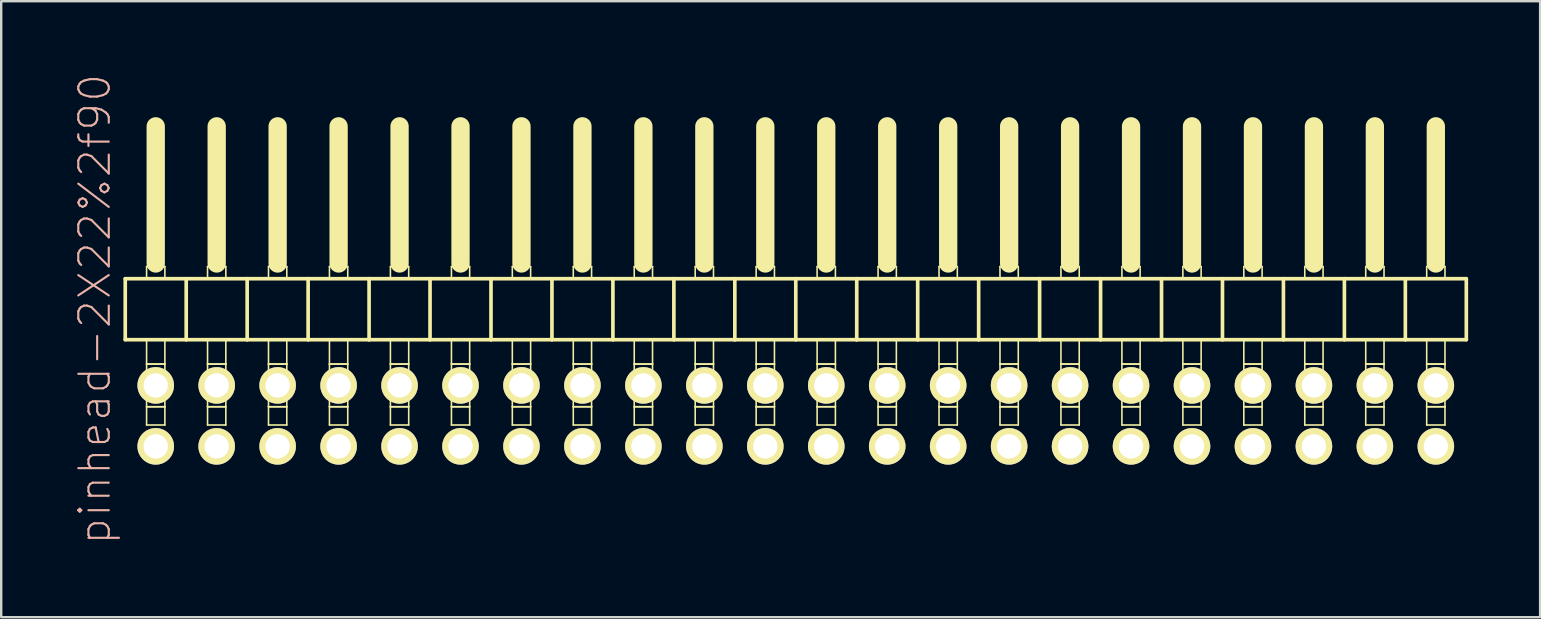
<source format=kicad_pcb>
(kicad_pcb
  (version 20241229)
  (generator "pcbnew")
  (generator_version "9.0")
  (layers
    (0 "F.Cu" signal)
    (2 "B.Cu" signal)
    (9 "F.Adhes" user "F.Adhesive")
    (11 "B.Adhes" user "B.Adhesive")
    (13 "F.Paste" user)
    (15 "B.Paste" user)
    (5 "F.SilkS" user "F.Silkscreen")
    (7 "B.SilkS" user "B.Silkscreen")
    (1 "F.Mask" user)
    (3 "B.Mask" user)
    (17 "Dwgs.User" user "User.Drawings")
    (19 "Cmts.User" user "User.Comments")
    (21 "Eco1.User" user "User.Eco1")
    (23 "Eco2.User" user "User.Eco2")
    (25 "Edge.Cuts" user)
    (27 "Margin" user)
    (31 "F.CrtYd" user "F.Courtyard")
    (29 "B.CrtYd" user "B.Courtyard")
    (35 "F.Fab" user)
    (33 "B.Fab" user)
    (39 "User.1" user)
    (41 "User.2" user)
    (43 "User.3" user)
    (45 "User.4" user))
  (footprint "pinhead-2X22%2f90"
    (layer "F.Cu")
    (at 30.109 9.199)
    (property "Reference" "pinhead-2X22%2f90" (at -29.21 0.635 90) (layer "B.SilkS") (effects (font (size 1.27 1.27) (thickness 0.089))))
    (attr exclude_from_pos_files exclude_from_bom)
    (fp_line (start -27.94 -0.635) (end -27.94 1.905) (stroke (width 0.152) (type solid)) (layer "F.SilkS"))
    (fp_line (start -27.94 1.905) (end -25.4 1.905) (stroke (width 0.152) (type solid)) (layer "F.SilkS"))
    (fp_line (start -27.051 -1.143) (end -26.289 -1.143) (stroke (width 0.066) (type solid)) (layer "F.SilkS"))
    (fp_line (start -27.051 -0.635) (end -27.051 -1.143) (stroke (width 0.066) (type solid)) (layer "F.SilkS"))
    (fp_line (start -27.051 -0.635) (end -26.289 -0.635) (stroke (width 0.066) (type solid)) (layer "F.SilkS"))
    (fp_line (start -27.051 1.905) (end -26.289 1.905) (stroke (width 0.066) (type solid)) (layer "F.SilkS"))
    (fp_line (start -27.051 2.921) (end -27.051 1.905) (stroke (width 0.066) (type solid)) (layer "F.SilkS"))
    (fp_line (start -27.051 2.921) (end -26.289 2.921) (stroke (width 0.066) (type solid)) (layer "F.SilkS"))
    (fp_line (start -27.051 2.921) (end -26.289 2.921) (stroke (width 0.066) (type solid)) (layer "F.SilkS"))
    (fp_line (start -27.051 4.699) (end -27.051 2.921) (stroke (width 0.066) (type solid)) (layer "F.SilkS"))
    (fp_line (start -27.051 4.699) (end -26.289 4.699) (stroke (width 0.066) (type solid)) (layer "F.SilkS"))
    (fp_line (start -27.051 4.699) (end -26.289 4.699) (stroke (width 0.066) (type solid)) (layer "F.SilkS"))
    (fp_line (start -27.051 5.461) (end -27.051 4.699) (stroke (width 0.066) (type solid)) (layer "F.SilkS"))
    (fp_line (start -27.051 5.461) (end -26.289 5.461) (stroke (width 0.066) (type solid)) (layer "F.SilkS"))
    (fp_line (start -26.67 -6.985) (end -26.67 -1.27) (stroke (width 0.762) (type solid)) (layer "F.SilkS"))
    (fp_line (start -26.289 -0.635) (end -26.289 -1.143) (stroke (width 0.066) (type solid)) (layer "F.SilkS"))
    (fp_line (start -26.289 2.921) (end -26.289 1.905) (stroke (width 0.066) (type solid)) (layer "F.SilkS"))
    (fp_line (start -26.289 4.699) (end -26.289 2.921) (stroke (width 0.066) (type solid)) (layer "F.SilkS"))
    (fp_line (start -26.289 5.461) (end -26.289 4.699) (stroke (width 0.066) (type solid)) (layer "F.SilkS"))
    (fp_line (start -25.4 -0.635) (end -27.94 -0.635) (stroke (width 0.152) (type solid)) (layer "F.SilkS"))
    (fp_line (start -25.4 1.905) (end -25.4 -0.635) (stroke (width 0.152) (type solid)) (layer "F.SilkS"))
    (fp_line (start -25.4 1.905) (end -22.86 1.905) (stroke (width 0.152) (type solid)) (layer "F.SilkS"))
    (fp_line (start -24.511 -1.143) (end -23.749 -1.143) (stroke (width 0.066) (type solid)) (layer "F.SilkS"))
    (fp_line (start -24.511 -0.635) (end -24.511 -1.143) (stroke (width 0.066) (type solid)) (layer "F.SilkS"))
    (fp_line (start -24.511 -0.635) (end -23.749 -0.635) (stroke (width 0.066) (type solid)) (layer "F.SilkS"))
    (fp_line (start -24.511 1.905) (end -23.749 1.905) (stroke (width 0.066) (type solid)) (layer "F.SilkS"))
    (fp_line (start -24.511 2.921) (end -24.511 1.905) (stroke (width 0.066) (type solid)) (layer "F.SilkS"))
    (fp_line (start -24.511 2.921) (end -23.749 2.921) (stroke (width 0.066) (type solid)) (layer "F.SilkS"))
    (fp_line (start -24.511 2.921) (end -23.749 2.921) (stroke (width 0.066) (type solid)) (layer "F.SilkS"))
    (fp_line (start -24.511 4.699) (end -24.511 2.921) (stroke (width 0.066) (type solid)) (layer "F.SilkS"))
    (fp_line (start -24.511 4.699) (end -23.749 4.699) (stroke (width 0.066) (type solid)) (layer "F.SilkS"))
    (fp_line (start -24.511 4.699) (end -23.749 4.699) (stroke (width 0.066) (type solid)) (layer "F.SilkS"))
    (fp_line (start -24.511 5.461) (end -24.511 4.699) (stroke (width 0.066) (type solid)) (layer "F.SilkS"))
    (fp_line (start -24.511 5.461) (end -23.749 5.461) (stroke (width 0.066) (type solid)) (layer "F.SilkS"))
    (fp_line (start -24.13 -6.985) (end -24.13 -1.27) (stroke (width 0.762) (type solid)) (layer "F.SilkS"))
    (fp_line (start -23.749 -0.635) (end -23.749 -1.143) (stroke (width 0.066) (type solid)) (layer "F.SilkS"))
    (fp_line (start -23.749 2.921) (end -23.749 1.905) (stroke (width 0.066) (type solid)) (layer "F.SilkS"))
    (fp_line (start -23.749 4.699) (end -23.749 2.921) (stroke (width 0.066) (type solid)) (layer "F.SilkS"))
    (fp_line (start -23.749 5.461) (end -23.749 4.699) (stroke (width 0.066) (type solid)) (layer "F.SilkS"))
    (fp_line (start -22.86 -0.635) (end -25.4 -0.635) (stroke (width 0.152) (type solid)) (layer "F.SilkS"))
    (fp_line (start -22.86 1.905) (end -22.86 -0.635) (stroke (width 0.152) (type solid)) (layer "F.SilkS"))
    (fp_line (start -22.86 1.905) (end -20.32 1.905) (stroke (width 0.152) (type solid)) (layer "F.SilkS"))
    (fp_line (start -21.971 -1.143) (end -21.209 -1.143) (stroke (width 0.066) (type solid)) (layer "F.SilkS"))
    (fp_line (start -21.971 -0.635) (end -21.971 -1.143) (stroke (width 0.066) (type solid)) (layer "F.SilkS"))
    (fp_line (start -21.971 -0.635) (end -21.209 -0.635) (stroke (width 0.066) (type solid)) (layer "F.SilkS"))
    (fp_line (start -21.971 1.905) (end -21.209 1.905) (stroke (width 0.066) (type solid)) (layer "F.SilkS"))
    (fp_line (start -21.971 2.921) (end -21.971 1.905) (stroke (width 0.066) (type solid)) (layer "F.SilkS"))
    (fp_line (start -21.971 2.921) (end -21.209 2.921) (stroke (width 0.066) (type solid)) (layer "F.SilkS"))
    (fp_line (start -21.971 2.921) (end -21.209 2.921) (stroke (width 0.066) (type solid)) (layer "F.SilkS"))
    (fp_line (start -21.971 4.699) (end -21.971 2.921) (stroke (width 0.066) (type solid)) (layer "F.SilkS"))
    (fp_line (start -21.971 4.699) (end -21.209 4.699) (stroke (width 0.066) (type solid)) (layer "F.SilkS"))
    (fp_line (start -21.971 4.699) (end -21.209 4.699) (stroke (width 0.066) (type solid)) (layer "F.SilkS"))
    (fp_line (start -21.971 5.461) (end -21.971 4.699) (stroke (width 0.066) (type solid)) (layer "F.SilkS"))
    (fp_line (start -21.971 5.461) (end -21.209 5.461) (stroke (width 0.066) (type solid)) (layer "F.SilkS"))
    (fp_line (start -21.59 -6.985) (end -21.59 -1.27) (stroke (width 0.762) (type solid)) (layer "F.SilkS"))
    (fp_line (start -21.209 -0.635) (end -21.209 -1.143) (stroke (width 0.066) (type solid)) (layer "F.SilkS"))
    (fp_line (start -21.209 2.921) (end -21.209 1.905) (stroke (width 0.066) (type solid)) (layer "F.SilkS"))
    (fp_line (start -21.209 4.699) (end -21.209 2.921) (stroke (width 0.066) (type solid)) (layer "F.SilkS"))
    (fp_line (start -21.209 5.461) (end -21.209 4.699) (stroke (width 0.066) (type solid)) (layer "F.SilkS"))
    (fp_line (start -20.32 -0.635) (end -22.86 -0.635) (stroke (width 0.152) (type solid)) (layer "F.SilkS"))
    (fp_line (start -20.32 1.905) (end -20.32 -0.635) (stroke (width 0.152) (type solid)) (layer "F.SilkS"))
    (fp_line (start -20.32 1.905) (end -17.78 1.905) (stroke (width 0.152) (type solid)) (layer "F.SilkS"))
    (fp_line (start -19.431 -1.143) (end -18.669 -1.143) (stroke (width 0.066) (type solid)) (layer "F.SilkS"))
    (fp_line (start -19.431 -0.635) (end -19.431 -1.143) (stroke (width 0.066) (type solid)) (layer "F.SilkS"))
    (fp_line (start -19.431 -0.635) (end -18.669 -0.635) (stroke (width 0.066) (type solid)) (layer "F.SilkS"))
    (fp_line (start -19.431 1.905) (end -18.669 1.905) (stroke (width 0.066) (type solid)) (layer "F.SilkS"))
    (fp_line (start -19.431 2.921) (end -19.431 1.905) (stroke (width 0.066) (type solid)) (layer "F.SilkS"))
    (fp_line (start -19.431 2.921) (end -18.669 2.921) (stroke (width 0.066) (type solid)) (layer "F.SilkS"))
    (fp_line (start -19.431 2.921) (end -18.669 2.921) (stroke (width 0.066) (type solid)) (layer "F.SilkS"))
    (fp_line (start -19.431 4.699) (end -19.431 2.921) (stroke (width 0.066) (type solid)) (layer "F.SilkS"))
    (fp_line (start -19.431 4.699) (end -18.669 4.699) (stroke (width 0.066) (type solid)) (layer "F.SilkS"))
    (fp_line (start -19.431 4.699) (end -18.669 4.699) (stroke (width 0.066) (type solid)) (layer "F.SilkS"))
    (fp_line (start -19.431 5.461) (end -19.431 4.699) (stroke (width 0.066) (type solid)) (layer "F.SilkS"))
    (fp_line (start -19.431 5.461) (end -18.669 5.461) (stroke (width 0.066) (type solid)) (layer "F.SilkS"))
    (fp_line (start -19.05 -6.985) (end -19.05 -1.27) (stroke (width 0.762) (type solid)) (layer "F.SilkS"))
    (fp_line (start -18.669 -0.635) (end -18.669 -1.143) (stroke (width 0.066) (type solid)) (layer "F.SilkS"))
    (fp_line (start -18.669 2.921) (end -18.669 1.905) (stroke (width 0.066) (type solid)) (layer "F.SilkS"))
    (fp_line (start -18.669 4.699) (end -18.669 2.921) (stroke (width 0.066) (type solid)) (layer "F.SilkS"))
    (fp_line (start -18.669 5.461) (end -18.669 4.699) (stroke (width 0.066) (type solid)) (layer "F.SilkS"))
    (fp_line (start -17.78 -0.635) (end -20.32 -0.635) (stroke (width 0.152) (type solid)) (layer "F.SilkS"))
    (fp_line (start -17.78 1.905) (end -17.78 -0.635) (stroke (width 0.152) (type solid)) (layer "F.SilkS"))
    (fp_line (start -17.78 1.905) (end -15.24 1.905) (stroke (width 0.152) (type solid)) (layer "F.SilkS"))
    (fp_line (start -16.891 -1.143) (end -16.129 -1.143) (stroke (width 0.066) (type solid)) (layer "F.SilkS"))
    (fp_line (start -16.891 -0.635) (end -16.891 -1.143) (stroke (width 0.066) (type solid)) (layer "F.SilkS"))
    (fp_line (start -16.891 -0.635) (end -16.129 -0.635) (stroke (width 0.066) (type solid)) (layer "F.SilkS"))
    (fp_line (start -16.891 1.905) (end -16.129 1.905) (stroke (width 0.066) (type solid)) (layer "F.SilkS"))
    (fp_line (start -16.891 2.921) (end -16.891 1.905) (stroke (width 0.066) (type solid)) (layer "F.SilkS"))
    (fp_line (start -16.891 2.921) (end -16.129 2.921) (stroke (width 0.066) (type solid)) (layer "F.SilkS"))
    (fp_line (start -16.891 2.921) (end -16.129 2.921) (stroke (width 0.066) (type solid)) (layer "F.SilkS"))
    (fp_line (start -16.891 4.699) (end -16.891 2.921) (stroke (width 0.066) (type solid)) (layer "F.SilkS"))
    (fp_line (start -16.891 4.699) (end -16.129 4.699) (stroke (width 0.066) (type solid)) (layer "F.SilkS"))
    (fp_line (start -16.891 4.699) (end -16.129 4.699) (stroke (width 0.066) (type solid)) (layer "F.SilkS"))
    (fp_line (start -16.891 5.461) (end -16.891 4.699) (stroke (width 0.066) (type solid)) (layer "F.SilkS"))
    (fp_line (start -16.891 5.461) (end -16.129 5.461) (stroke (width 0.066) (type solid)) (layer "F.SilkS"))
    (fp_line (start -16.51 -6.985) (end -16.51 -1.27) (stroke (width 0.762) (type solid)) (layer "F.SilkS"))
    (fp_line (start -16.129 -0.635) (end -16.129 -1.143) (stroke (width 0.066) (type solid)) (layer "F.SilkS"))
    (fp_line (start -16.129 2.921) (end -16.129 1.905) (stroke (width 0.066) (type solid)) (layer "F.SilkS"))
    (fp_line (start -16.129 4.699) (end -16.129 2.921) (stroke (width 0.066) (type solid)) (layer "F.SilkS"))
    (fp_line (start -16.129 5.461) (end -16.129 4.699) (stroke (width 0.066) (type solid)) (layer "F.SilkS"))
    (fp_line (start -15.24 -0.635) (end -17.78 -0.635) (stroke (width 0.152) (type solid)) (layer "F.SilkS"))
    (fp_line (start -15.24 1.905) (end -15.24 -0.635) (stroke (width 0.152) (type solid)) (layer "F.SilkS"))
    (fp_line (start -15.24 1.905) (end -12.7 1.905) (stroke (width 0.152) (type solid)) (layer "F.SilkS"))
    (fp_line (start -14.348 -1.143) (end -13.589 -1.143) (stroke (width 0.066) (type solid)) (layer "F.SilkS"))
    (fp_line (start -14.348 -0.635) (end -14.348 -1.143) (stroke (width 0.066) (type solid)) (layer "F.SilkS"))
    (fp_line (start -14.348 -0.635) (end -13.589 -0.635) (stroke (width 0.066) (type solid)) (layer "F.SilkS"))
    (fp_line (start -14.348 1.905) (end -13.589 1.905) (stroke (width 0.066) (type solid)) (layer "F.SilkS"))
    (fp_line (start -14.348 2.921) (end -14.348 1.905) (stroke (width 0.066) (type solid)) (layer "F.SilkS"))
    (fp_line (start -14.348 2.921) (end -13.589 2.921) (stroke (width 0.066) (type solid)) (layer "F.SilkS"))
    (fp_line (start -14.348 2.921) (end -13.589 2.921) (stroke (width 0.066) (type solid)) (layer "F.SilkS"))
    (fp_line (start -14.348 4.699) (end -14.348 2.921) (stroke (width 0.066) (type solid)) (layer "F.SilkS"))
    (fp_line (start -14.348 4.699) (end -13.589 4.699) (stroke (width 0.066) (type solid)) (layer "F.SilkS"))
    (fp_line (start -14.348 4.699) (end -13.589 4.699) (stroke (width 0.066) (type solid)) (layer "F.SilkS"))
    (fp_line (start -14.348 5.461) (end -14.348 4.699) (stroke (width 0.066) (type solid)) (layer "F.SilkS"))
    (fp_line (start -14.348 5.461) (end -13.589 5.461) (stroke (width 0.066) (type solid)) (layer "F.SilkS"))
    (fp_line (start -13.97 -6.985) (end -13.97 -1.27) (stroke (width 0.762) (type solid)) (layer "F.SilkS"))
    (fp_line (start -13.589 -0.635) (end -13.589 -1.143) (stroke (width 0.066) (type solid)) (layer "F.SilkS"))
    (fp_line (start -13.589 2.921) (end -13.589 1.905) (stroke (width 0.066) (type solid)) (layer "F.SilkS"))
    (fp_line (start -13.589 4.699) (end -13.589 2.921) (stroke (width 0.066) (type solid)) (layer "F.SilkS"))
    (fp_line (start -13.589 5.461) (end -13.589 4.699) (stroke (width 0.066) (type solid)) (layer "F.SilkS"))
    (fp_line (start -12.7 -0.635) (end -15.24 -0.635) (stroke (width 0.152) (type solid)) (layer "F.SilkS"))
    (fp_line (start -12.7 1.905) (end -12.7 -0.635) (stroke (width 0.152) (type solid)) (layer "F.SilkS"))
    (fp_line (start -12.7 1.905) (end -10.16 1.905) (stroke (width 0.152) (type solid)) (layer "F.SilkS"))
    (fp_line (start -11.811 -1.143) (end -11.049 -1.143) (stroke (width 0.066) (type solid)) (layer "F.SilkS"))
    (fp_line (start -11.811 -0.635) (end -11.811 -1.143) (stroke (width 0.066) (type solid)) (layer "F.SilkS"))
    (fp_line (start -11.811 -0.635) (end -11.049 -0.635) (stroke (width 0.066) (type solid)) (layer "F.SilkS"))
    (fp_line (start -11.811 1.905) (end -11.049 1.905) (stroke (width 0.066) (type solid)) (layer "F.SilkS"))
    (fp_line (start -11.811 2.921) (end -11.811 1.905) (stroke (width 0.066) (type solid)) (layer "F.SilkS"))
    (fp_line (start -11.811 2.921) (end -11.049 2.921) (stroke (width 0.066) (type solid)) (layer "F.SilkS"))
    (fp_line (start -11.811 2.921) (end -11.049 2.921) (stroke (width 0.066) (type solid)) (layer "F.SilkS"))
    (fp_line (start -11.811 4.699) (end -11.811 2.921) (stroke (width 0.066) (type solid)) (layer "F.SilkS"))
    (fp_line (start -11.811 4.699) (end -11.049 4.699) (stroke (width 0.066) (type solid)) (layer "F.SilkS"))
    (fp_line (start -11.811 4.699) (end -11.049 4.699) (stroke (width 0.066) (type solid)) (layer "F.SilkS"))
    (fp_line (start -11.811 5.461) (end -11.811 4.699) (stroke (width 0.066) (type solid)) (layer "F.SilkS"))
    (fp_line (start -11.811 5.461) (end -11.049 5.461) (stroke (width 0.066) (type solid)) (layer "F.SilkS"))
    (fp_line (start -11.43 -6.985) (end -11.43 -1.27) (stroke (width 0.762) (type solid)) (layer "F.SilkS"))
    (fp_line (start -11.049 -0.635) (end -11.049 -1.143) (stroke (width 0.066) (type solid)) (layer "F.SilkS"))
    (fp_line (start -11.049 2.921) (end -11.049 1.905) (stroke (width 0.066) (type solid)) (layer "F.SilkS"))
    (fp_line (start -11.049 4.699) (end -11.049 2.921) (stroke (width 0.066) (type solid)) (layer "F.SilkS"))
    (fp_line (start -11.049 5.461) (end -11.049 4.699) (stroke (width 0.066) (type solid)) (layer "F.SilkS"))
    (fp_line (start -10.16 -0.635) (end -12.7 -0.635) (stroke (width 0.152) (type solid)) (layer "F.SilkS"))
    (fp_line (start -10.16 1.905) (end -10.16 -0.635) (stroke (width 0.152) (type solid)) (layer "F.SilkS"))
    (fp_line (start -10.16 1.905) (end -7.62 1.905) (stroke (width 0.152) (type solid)) (layer "F.SilkS"))
    (fp_line (start -9.271 -1.143) (end -8.509 -1.143) (stroke (width 0.066) (type solid)) (layer "F.SilkS"))
    (fp_line (start -9.271 -0.635) (end -9.271 -1.143) (stroke (width 0.066) (type solid)) (layer "F.SilkS"))
    (fp_line (start -9.271 -0.635) (end -8.509 -0.635) (stroke (width 0.066) (type solid)) (layer "F.SilkS"))
    (fp_line (start -9.271 1.905) (end -8.509 1.905) (stroke (width 0.066) (type solid)) (layer "F.SilkS"))
    (fp_line (start -9.271 2.921) (end -9.271 1.905) (stroke (width 0.066) (type solid)) (layer "F.SilkS"))
    (fp_line (start -9.271 2.921) (end -8.509 2.921) (stroke (width 0.066) (type solid)) (layer "F.SilkS"))
    (fp_line (start -9.271 2.921) (end -8.509 2.921) (stroke (width 0.066) (type solid)) (layer "F.SilkS"))
    (fp_line (start -9.271 4.699) (end -9.271 2.921) (stroke (width 0.066) (type solid)) (layer "F.SilkS"))
    (fp_line (start -9.271 4.699) (end -8.509 4.699) (stroke (width 0.066) (type solid)) (layer "F.SilkS"))
    (fp_line (start -9.271 4.699) (end -8.509 4.699) (stroke (width 0.066) (type solid)) (layer "F.SilkS"))
    (fp_line (start -9.271 5.461) (end -9.271 4.699) (stroke (width 0.066) (type solid)) (layer "F.SilkS"))
    (fp_line (start -9.271 5.461) (end -8.509 5.461) (stroke (width 0.066) (type solid)) (layer "F.SilkS"))
    (fp_line (start -8.89 -6.985) (end -8.89 -1.27) (stroke (width 0.762) (type solid)) (layer "F.SilkS"))
    (fp_line (start -8.509 -0.635) (end -8.509 -1.143) (stroke (width 0.066) (type solid)) (layer "F.SilkS"))
    (fp_line (start -8.509 2.921) (end -8.509 1.905) (stroke (width 0.066) (type solid)) (layer "F.SilkS"))
    (fp_line (start -8.509 4.699) (end -8.509 2.921) (stroke (width 0.066) (type solid)) (layer "F.SilkS"))
    (fp_line (start -8.509 5.461) (end -8.509 4.699) (stroke (width 0.066) (type solid)) (layer "F.SilkS"))
    (fp_line (start -7.62 -0.635) (end -10.16 -0.635) (stroke (width 0.152) (type solid)) (layer "F.SilkS"))
    (fp_line (start -7.62 1.905) (end -7.62 -0.635) (stroke (width 0.152) (type solid)) (layer "F.SilkS"))
    (fp_line (start -7.62 1.905) (end -5.08 1.905) (stroke (width 0.152) (type solid)) (layer "F.SilkS"))
    (fp_line (start -6.731 -1.143) (end -5.969 -1.143) (stroke (width 0.066) (type solid)) (layer "F.SilkS"))
    (fp_line (start -6.731 -0.635) (end -6.731 -1.143) (stroke (width 0.066) (type solid)) (layer "F.SilkS"))
    (fp_line (start -6.731 -0.635) (end -5.969 -0.635) (stroke (width 0.066) (type solid)) (layer "F.SilkS"))
    (fp_line (start -6.731 1.905) (end -5.969 1.905) (stroke (width 0.066) (type solid)) (layer "F.SilkS"))
    (fp_line (start -6.731 2.921) (end -6.731 1.905) (stroke (width 0.066) (type solid)) (layer "F.SilkS"))
    (fp_line (start -6.731 2.921) (end -5.969 2.921) (stroke (width 0.066) (type solid)) (layer "F.SilkS"))
    (fp_line (start -6.731 2.921) (end -5.969 2.921) (stroke (width 0.066) (type solid)) (layer "F.SilkS"))
    (fp_line (start -6.731 4.699) (end -6.731 2.921) (stroke (width 0.066) (type solid)) (layer "F.SilkS"))
    (fp_line (start -6.731 4.699) (end -5.969 4.699) (stroke (width 0.066) (type solid)) (layer "F.SilkS"))
    (fp_line (start -6.731 4.699) (end -5.969 4.699) (stroke (width 0.066) (type solid)) (layer "F.SilkS"))
    (fp_line (start -6.731 5.461) (end -6.731 4.699) (stroke (width 0.066) (type solid)) (layer "F.SilkS"))
    (fp_line (start -6.731 5.461) (end -5.969 5.461) (stroke (width 0.066) (type solid)) (layer "F.SilkS"))
    (fp_line (start -6.35 -6.985) (end -6.35 -1.27) (stroke (width 0.762) (type solid)) (layer "F.SilkS"))
    (fp_line (start -5.969 -0.635) (end -5.969 -1.143) (stroke (width 0.066) (type solid)) (layer "F.SilkS"))
    (fp_line (start -5.969 2.921) (end -5.969 1.905) (stroke (width 0.066) (type solid)) (layer "F.SilkS"))
    (fp_line (start -5.969 4.699) (end -5.969 2.921) (stroke (width 0.066) (type solid)) (layer "F.SilkS"))
    (fp_line (start -5.969 5.461) (end -5.969 4.699) (stroke (width 0.066) (type solid)) (layer "F.SilkS"))
    (fp_line (start -5.08 -0.635) (end -7.62 -0.635) (stroke (width 0.152) (type solid)) (layer "F.SilkS"))
    (fp_line (start -5.08 1.905) (end -5.08 -0.635) (stroke (width 0.152) (type solid)) (layer "F.SilkS"))
    (fp_line (start -5.08 1.905) (end -2.54 1.905) (stroke (width 0.152) (type solid)) (layer "F.SilkS"))
    (fp_line (start -4.191 -1.143) (end -3.429 -1.143) (stroke (width 0.066) (type solid)) (layer "F.SilkS"))
    (fp_line (start -4.191 -0.635) (end -4.191 -1.143) (stroke (width 0.066) (type solid)) (layer "F.SilkS"))
    (fp_line (start -4.191 -0.635) (end -3.429 -0.635) (stroke (width 0.066) (type solid)) (layer "F.SilkS"))
    (fp_line (start -4.191 1.905) (end -3.429 1.905) (stroke (width 0.066) (type solid)) (layer "F.SilkS"))
    (fp_line (start -4.191 2.921) (end -4.191 1.905) (stroke (width 0.066) (type solid)) (layer "F.SilkS"))
    (fp_line (start -4.191 2.921) (end -3.429 2.921) (stroke (width 0.066) (type solid)) (layer "F.SilkS"))
    (fp_line (start -4.191 2.921) (end -3.429 2.921) (stroke (width 0.066) (type solid)) (layer "F.SilkS"))
    (fp_line (start -4.191 4.699) (end -4.191 2.921) (stroke (width 0.066) (type solid)) (layer "F.SilkS"))
    (fp_line (start -4.191 4.699) (end -3.429 4.699) (stroke (width 0.066) (type solid)) (layer "F.SilkS"))
    (fp_line (start -4.191 4.699) (end -3.429 4.699) (stroke (width 0.066) (type solid)) (layer "F.SilkS"))
    (fp_line (start -4.191 5.461) (end -4.191 4.699) (stroke (width 0.066) (type solid)) (layer "F.SilkS"))
    (fp_line (start -4.191 5.461) (end -3.429 5.461) (stroke (width 0.066) (type solid)) (layer "F.SilkS"))
    (fp_line (start -3.81 -6.985) (end -3.81 -1.27) (stroke (width 0.762) (type solid)) (layer "F.SilkS"))
    (fp_line (start -3.429 -0.635) (end -3.429 -1.143) (stroke (width 0.066) (type solid)) (layer "F.SilkS"))
    (fp_line (start -3.429 2.921) (end -3.429 1.905) (stroke (width 0.066) (type solid)) (layer "F.SilkS"))
    (fp_line (start -3.429 4.699) (end -3.429 2.921) (stroke (width 0.066) (type solid)) (layer "F.SilkS"))
    (fp_line (start -3.429 5.461) (end -3.429 4.699) (stroke (width 0.066) (type solid)) (layer "F.SilkS"))
    (fp_line (start -2.54 -0.635) (end -5.08 -0.635) (stroke (width 0.152) (type solid)) (layer "F.SilkS"))
    (fp_line (start -2.54 1.905) (end -2.54 -0.635) (stroke (width 0.152) (type solid)) (layer "F.SilkS"))
    (fp_line (start -2.54 1.905) (end 0 1.905) (stroke (width 0.152) (type solid)) (layer "F.SilkS"))
    (fp_line (start -1.651 -1.143) (end -0.889 -1.143) (stroke (width 0.066) (type solid)) (layer "F.SilkS"))
    (fp_line (start -1.651 -0.635) (end -1.651 -1.143) (stroke (width 0.066) (type solid)) (layer "F.SilkS"))
    (fp_line (start -1.651 -0.635) (end -0.889 -0.635) (stroke (width 0.066) (type solid)) (layer "F.SilkS"))
    (fp_line (start -1.651 1.905) (end -0.889 1.905) (stroke (width 0.066) (type solid)) (layer "F.SilkS"))
    (fp_line (start -1.651 2.921) (end -1.651 1.905) (stroke (width 0.066) (type solid)) (layer "F.SilkS"))
    (fp_line (start -1.651 2.921) (end -0.889 2.921) (stroke (width 0.066) (type solid)) (layer "F.SilkS"))
    (fp_line (start -1.651 2.921) (end -0.889 2.921) (stroke (width 0.066) (type solid)) (layer "F.SilkS"))
    (fp_line (start -1.651 4.699) (end -1.651 2.921) (stroke (width 0.066) (type solid)) (layer "F.SilkS"))
    (fp_line (start -1.651 4.699) (end -0.889 4.699) (stroke (width 0.066) (type solid)) (layer "F.SilkS"))
    (fp_line (start -1.651 4.699) (end -0.889 4.699) (stroke (width 0.066) (type solid)) (layer "F.SilkS"))
    (fp_line (start -1.651 5.461) (end -1.651 4.699) (stroke (width 0.066) (type solid)) (layer "F.SilkS"))
    (fp_line (start -1.651 5.461) (end -0.889 5.461) (stroke (width 0.066) (type solid)) (layer "F.SilkS"))
    (fp_line (start -1.27 -6.985) (end -1.27 -1.27) (stroke (width 0.762) (type solid)) (layer "F.SilkS"))
    (fp_line (start -0.889 -0.635) (end -0.889 -1.143) (stroke (width 0.066) (type solid)) (layer "F.SilkS"))
    (fp_line (start -0.889 2.921) (end -0.889 1.905) (stroke (width 0.066) (type solid)) (layer "F.SilkS"))
    (fp_line (start -0.889 4.699) (end -0.889 2.921) (stroke (width 0.066) (type solid)) (layer "F.SilkS"))
    (fp_line (start -0.889 5.461) (end -0.889 4.699) (stroke (width 0.066) (type solid)) (layer "F.SilkS"))
    (fp_line (start 0 -0.635) (end -2.54 -0.635) (stroke (width 0.152) (type solid)) (layer "F.SilkS"))
    (fp_line (start 0 1.905) (end 0 -0.635) (stroke (width 0.152) (type solid)) (layer "F.SilkS"))
    (fp_line (start 0 1.905) (end 2.54 1.905) (stroke (width 0.152) (type solid)) (layer "F.SilkS"))
    (fp_line (start 0.889 -1.143) (end 1.651 -1.143) (stroke (width 0.066) (type solid)) (layer "F.SilkS"))
    (fp_line (start 0.889 -0.635) (end 0.889 -1.143) (stroke (width 0.066) (type solid)) (layer "F.SilkS"))
    (fp_line (start 0.889 -0.635) (end 1.651 -0.635) (stroke (width 0.066) (type solid)) (layer "F.SilkS"))
    (fp_line (start 0.889 1.905) (end 1.651 1.905) (stroke (width 0.066) (type solid)) (layer "F.SilkS"))
    (fp_line (start 0.889 2.921) (end 0.889 1.905) (stroke (width 0.066) (type solid)) (layer "F.SilkS"))
    (fp_line (start 0.889 2.921) (end 1.651 2.921) (stroke (width 0.066) (type solid)) (layer "F.SilkS"))
    (fp_line (start 0.889 2.921) (end 1.651 2.921) (stroke (width 0.066) (type solid)) (layer "F.SilkS"))
    (fp_line (start 0.889 4.699) (end 0.889 2.921) (stroke (width 0.066) (type solid)) (layer "F.SilkS"))
    (fp_line (start 0.889 4.699) (end 1.651 4.699) (stroke (width 0.066) (type solid)) (layer "F.SilkS"))
    (fp_line (start 0.889 4.699) (end 1.651 4.699) (stroke (width 0.066) (type solid)) (layer "F.SilkS"))
    (fp_line (start 0.889 5.461) (end 0.889 4.699) (stroke (width 0.066) (type solid)) (layer "F.SilkS"))
    (fp_line (start 0.889 5.461) (end 1.651 5.461) (stroke (width 0.066) (type solid)) (layer "F.SilkS"))
    (fp_line (start 1.27 -6.985) (end 1.27 -1.27) (stroke (width 0.762) (type solid)) (layer "F.SilkS"))
    (fp_line (start 1.651 -0.635) (end 1.651 -1.143) (stroke (width 0.066) (type solid)) (layer "F.SilkS"))
    (fp_line (start 1.651 2.921) (end 1.651 1.905) (stroke (width 0.066) (type solid)) (layer "F.SilkS"))
    (fp_line (start 1.651 4.699) (end 1.651 2.921) (stroke (width 0.066) (type solid)) (layer "F.SilkS"))
    (fp_line (start 1.651 5.461) (end 1.651 4.699) (stroke (width 0.066) (type solid)) (layer "F.SilkS"))
    (fp_line (start 2.54 -0.635) (end 0 -0.635) (stroke (width 0.152) (type solid)) (layer "F.SilkS"))
    (fp_line (start 2.54 1.905) (end 2.54 -0.635) (stroke (width 0.152) (type solid)) (layer "F.SilkS"))
    (fp_line (start 2.54 1.905) (end 5.08 1.905) (stroke (width 0.152) (type solid)) (layer "F.SilkS"))
    (fp_line (start 3.429 -1.143) (end 4.191 -1.143) (stroke (width 0.066) (type solid)) (layer "F.SilkS"))
    (fp_line (start 3.429 -0.635) (end 3.429 -1.143) (stroke (width 0.066) (type solid)) (layer "F.SilkS"))
    (fp_line (start 3.429 -0.635) (end 4.191 -0.635) (stroke (width 0.066) (type solid)) (layer "F.SilkS"))
    (fp_line (start 3.429 1.905) (end 4.191 1.905) (stroke (width 0.066) (type solid)) (layer "F.SilkS"))
    (fp_line (start 3.429 2.921) (end 3.429 1.905) (stroke (width 0.066) (type solid)) (layer "F.SilkS"))
    (fp_line (start 3.429 2.921) (end 4.191 2.921) (stroke (width 0.066) (type solid)) (layer "F.SilkS"))
    (fp_line (start 3.429 2.921) (end 4.191 2.921) (stroke (width 0.066) (type solid)) (layer "F.SilkS"))
    (fp_line (start 3.429 4.699) (end 3.429 2.921) (stroke (width 0.066) (type solid)) (layer "F.SilkS"))
    (fp_line (start 3.429 4.699) (end 4.191 4.699) (stroke (width 0.066) (type solid)) (layer "F.SilkS"))
    (fp_line (start 3.429 4.699) (end 4.191 4.699) (stroke (width 0.066) (type solid)) (layer "F.SilkS"))
    (fp_line (start 3.429 5.461) (end 3.429 4.699) (stroke (width 0.066) (type solid)) (layer "F.SilkS"))
    (fp_line (start 3.429 5.461) (end 4.191 5.461) (stroke (width 0.066) (type solid)) (layer "F.SilkS"))
    (fp_line (start 3.81 -6.985) (end 3.81 -1.27) (stroke (width 0.762) (type solid)) (layer "F.SilkS"))
    (fp_line (start 4.191 -0.635) (end 4.191 -1.143) (stroke (width 0.066) (type solid)) (layer "F.SilkS"))
    (fp_line (start 4.191 2.921) (end 4.191 1.905) (stroke (width 0.066) (type solid)) (layer "F.SilkS"))
    (fp_line (start 4.191 4.699) (end 4.191 2.921) (stroke (width 0.066) (type solid)) (layer "F.SilkS"))
    (fp_line (start 4.191 5.461) (end 4.191 4.699) (stroke (width 0.066) (type solid)) (layer "F.SilkS"))
    (fp_line (start 5.08 -0.635) (end 2.54 -0.635) (stroke (width 0.152) (type solid)) (layer "F.SilkS"))
    (fp_line (start 5.08 1.905) (end 5.08 -0.635) (stroke (width 0.152) (type solid)) (layer "F.SilkS"))
    (fp_line (start 5.08 1.905) (end 7.62 1.905) (stroke (width 0.152) (type solid)) (layer "F.SilkS"))
    (fp_line (start 5.969 -1.143) (end 6.731 -1.143) (stroke (width 0.066) (type solid)) (layer "F.SilkS"))
    (fp_line (start 5.969 -0.635) (end 5.969 -1.143) (stroke (width 0.066) (type solid)) (layer "F.SilkS"))
    (fp_line (start 5.969 -0.635) (end 6.731 -0.635) (stroke (width 0.066) (type solid)) (layer "F.SilkS"))
    (fp_line (start 5.969 1.905) (end 6.731 1.905) (stroke (width 0.066) (type solid)) (layer "F.SilkS"))
    (fp_line (start 5.969 2.921) (end 5.969 1.905) (stroke (width 0.066) (type solid)) (layer "F.SilkS"))
    (fp_line (start 5.969 2.921) (end 6.731 2.921) (stroke (width 0.066) (type solid)) (layer "F.SilkS"))
    (fp_line (start 5.969 2.921) (end 6.731 2.921) (stroke (width 0.066) (type solid)) (layer "F.SilkS"))
    (fp_line (start 5.969 4.699) (end 5.969 2.921) (stroke (width 0.066) (type solid)) (layer "F.SilkS"))
    (fp_line (start 5.969 4.699) (end 6.731 4.699) (stroke (width 0.066) (type solid)) (layer "F.SilkS"))
    (fp_line (start 5.969 4.699) (end 6.731 4.699) (stroke (width 0.066) (type solid)) (layer "F.SilkS"))
    (fp_line (start 5.969 5.461) (end 5.969 4.699) (stroke (width 0.066) (type solid)) (layer "F.SilkS"))
    (fp_line (start 5.969 5.461) (end 6.731 5.461) (stroke (width 0.066) (type solid)) (layer "F.SilkS"))
    (fp_line (start 6.35 -6.985) (end 6.35 -1.27) (stroke (width 0.762) (type solid)) (layer "F.SilkS"))
    (fp_line (start 6.731 -0.635) (end 6.731 -1.143) (stroke (width 0.066) (type solid)) (layer "F.SilkS"))
    (fp_line (start 6.731 2.921) (end 6.731 1.905) (stroke (width 0.066) (type solid)) (layer "F.SilkS"))
    (fp_line (start 6.731 4.699) (end 6.731 2.921) (stroke (width 0.066) (type solid)) (layer "F.SilkS"))
    (fp_line (start 6.731 5.461) (end 6.731 4.699) (stroke (width 0.066) (type solid)) (layer "F.SilkS"))
    (fp_line (start 7.62 -0.635) (end 5.08 -0.635) (stroke (width 0.152) (type solid)) (layer "F.SilkS"))
    (fp_line (start 7.62 1.905) (end 7.62 -0.635) (stroke (width 0.152) (type solid)) (layer "F.SilkS"))
    (fp_line (start 7.62 1.905) (end 10.16 1.905) (stroke (width 0.152) (type solid)) (layer "F.SilkS"))
    (fp_line (start 8.509 -1.143) (end 9.271 -1.143) (stroke (width 0.066) (type solid)) (layer "F.SilkS"))
    (fp_line (start 8.509 -0.635) (end 8.509 -1.143) (stroke (width 0.066) (type solid)) (layer "F.SilkS"))
    (fp_line (start 8.509 -0.635) (end 9.271 -0.635) (stroke (width 0.066) (type solid)) (layer "F.SilkS"))
    (fp_line (start 8.509 1.905) (end 9.271 1.905) (stroke (width 0.066) (type solid)) (layer "F.SilkS"))
    (fp_line (start 8.509 2.921) (end 8.509 1.905) (stroke (width 0.066) (type solid)) (layer "F.SilkS"))
    (fp_line (start 8.509 2.921) (end 9.271 2.921) (stroke (width 0.066) (type solid)) (layer "F.SilkS"))
    (fp_line (start 8.509 2.921) (end 9.271 2.921) (stroke (width 0.066) (type solid)) (layer "F.SilkS"))
    (fp_line (start 8.509 4.699) (end 8.509 2.921) (stroke (width 0.066) (type solid)) (layer "F.SilkS"))
    (fp_line (start 8.509 4.699) (end 9.271 4.699) (stroke (width 0.066) (type solid)) (layer "F.SilkS"))
    (fp_line (start 8.509 4.699) (end 9.271 4.699) (stroke (width 0.066) (type solid)) (layer "F.SilkS"))
    (fp_line (start 8.509 5.461) (end 8.509 4.699) (stroke (width 0.066) (type solid)) (layer "F.SilkS"))
    (fp_line (start 8.509 5.461) (end 9.271 5.461) (stroke (width 0.066) (type solid)) (layer "F.SilkS"))
    (fp_line (start 8.89 -6.985) (end 8.89 -1.27) (stroke (width 0.762) (type solid)) (layer "F.SilkS"))
    (fp_line (start 9.271 -0.635) (end 9.271 -1.143) (stroke (width 0.066) (type solid)) (layer "F.SilkS"))
    (fp_line (start 9.271 2.921) (end 9.271 1.905) (stroke (width 0.066) (type solid)) (layer "F.SilkS"))
    (fp_line (start 9.271 4.699) (end 9.271 2.921) (stroke (width 0.066) (type solid)) (layer "F.SilkS"))
    (fp_line (start 9.271 5.461) (end 9.271 4.699) (stroke (width 0.066) (type solid)) (layer "F.SilkS"))
    (fp_line (start 10.16 -0.635) (end 7.62 -0.635) (stroke (width 0.152) (type solid)) (layer "F.SilkS"))
    (fp_line (start 10.16 1.905) (end 10.16 -0.635) (stroke (width 0.152) (type solid)) (layer "F.SilkS"))
    (fp_line (start 10.16 1.905) (end 12.7 1.905) (stroke (width 0.152) (type solid)) (layer "F.SilkS"))
    (fp_line (start 11.049 -1.143) (end 11.811 -1.143) (stroke (width 0.066) (type solid)) (layer "F.SilkS"))
    (fp_line (start 11.049 -0.635) (end 11.049 -1.143) (stroke (width 0.066) (type solid)) (layer "F.SilkS"))
    (fp_line (start 11.049 -0.635) (end 11.811 -0.635) (stroke (width 0.066) (type solid)) (layer "F.SilkS"))
    (fp_line (start 11.049 1.905) (end 11.811 1.905) (stroke (width 0.066) (type solid)) (layer "F.SilkS"))
    (fp_line (start 11.049 2.921) (end 11.049 1.905) (stroke (width 0.066) (type solid)) (layer "F.SilkS"))
    (fp_line (start 11.049 2.921) (end 11.811 2.921) (stroke (width 0.066) (type solid)) (layer "F.SilkS"))
    (fp_line (start 11.049 2.921) (end 11.811 2.921) (stroke (width 0.066) (type solid)) (layer "F.SilkS"))
    (fp_line (start 11.049 4.699) (end 11.049 2.921) (stroke (width 0.066) (type solid)) (layer "F.SilkS"))
    (fp_line (start 11.049 4.699) (end 11.811 4.699) (stroke (width 0.066) (type solid)) (layer "F.SilkS"))
    (fp_line (start 11.049 4.699) (end 11.811 4.699) (stroke (width 0.066) (type solid)) (layer "F.SilkS"))
    (fp_line (start 11.049 5.461) (end 11.049 4.699) (stroke (width 0.066) (type solid)) (layer "F.SilkS"))
    (fp_line (start 11.049 5.461) (end 11.811 5.461) (stroke (width 0.066) (type solid)) (layer "F.SilkS"))
    (fp_line (start 11.43 -6.985) (end 11.43 -1.27) (stroke (width 0.762) (type solid)) (layer "F.SilkS"))
    (fp_line (start 11.811 -0.635) (end 11.811 -1.143) (stroke (width 0.066) (type solid)) (layer "F.SilkS"))
    (fp_line (start 11.811 2.921) (end 11.811 1.905) (stroke (width 0.066) (type solid)) (layer "F.SilkS"))
    (fp_line (start 11.811 4.699) (end 11.811 2.921) (stroke (width 0.066) (type solid)) (layer "F.SilkS"))
    (fp_line (start 11.811 5.461) (end 11.811 4.699) (stroke (width 0.066) (type solid)) (layer "F.SilkS"))
    (fp_line (start 12.7 -0.635) (end 10.16 -0.635) (stroke (width 0.152) (type solid)) (layer "F.SilkS"))
    (fp_line (start 12.7 1.905) (end 12.7 -0.635) (stroke (width 0.152) (type solid)) (layer "F.SilkS"))
    (fp_line (start 12.7 1.905) (end 15.24 1.905) (stroke (width 0.152) (type solid)) (layer "F.SilkS"))
    (fp_line (start 13.589 -1.143) (end 14.348 -1.143) (stroke (width 0.066) (type solid)) (layer "F.SilkS"))
    (fp_line (start 13.589 -0.635) (end 13.589 -1.143) (stroke (width 0.066) (type solid)) (layer "F.SilkS"))
    (fp_line (start 13.589 -0.635) (end 14.348 -0.635) (stroke (width 0.066) (type solid)) (layer "F.SilkS"))
    (fp_line (start 13.589 1.905) (end 14.348 1.905) (stroke (width 0.066) (type solid)) (layer "F.SilkS"))
    (fp_line (start 13.589 2.921) (end 13.589 1.905) (stroke (width 0.066) (type solid)) (layer "F.SilkS"))
    (fp_line (start 13.589 2.921) (end 14.348 2.921) (stroke (width 0.066) (type solid)) (layer "F.SilkS"))
    (fp_line (start 13.589 2.921) (end 14.348 2.921) (stroke (width 0.066) (type solid)) (layer "F.SilkS"))
    (fp_line (start 13.589 4.699) (end 13.589 2.921) (stroke (width 0.066) (type solid)) (layer "F.SilkS"))
    (fp_line (start 13.589 4.699) (end 14.348 4.699) (stroke (width 0.066) (type solid)) (layer "F.SilkS"))
    (fp_line (start 13.589 4.699) (end 14.348 4.699) (stroke (width 0.066) (type solid)) (layer "F.SilkS"))
    (fp_line (start 13.589 5.461) (end 13.589 4.699) (stroke (width 0.066) (type solid)) (layer "F.SilkS"))
    (fp_line (start 13.589 5.461) (end 14.348 5.461) (stroke (width 0.066) (type solid)) (layer "F.SilkS"))
    (fp_line (start 13.97 -6.985) (end 13.97 -1.27) (stroke (width 0.762) (type solid)) (layer "F.SilkS"))
    (fp_line (start 14.348 -0.635) (end 14.348 -1.143) (stroke (width 0.066) (type solid)) (layer "F.SilkS"))
    (fp_line (start 14.348 2.921) (end 14.348 1.905) (stroke (width 0.066) (type solid)) (layer "F.SilkS"))
    (fp_line (start 14.348 4.699) (end 14.348 2.921) (stroke (width 0.066) (type solid)) (layer "F.SilkS"))
    (fp_line (start 14.348 5.461) (end 14.348 4.699) (stroke (width 0.066) (type solid)) (layer "F.SilkS"))
    (fp_line (start 15.24 -0.635) (end 12.7 -0.635) (stroke (width 0.152) (type solid)) (layer "F.SilkS"))
    (fp_line (start 15.24 1.905) (end 15.24 -0.635) (stroke (width 0.152) (type solid)) (layer "F.SilkS"))
    (fp_line (start 15.24 1.905) (end 17.78 1.905) (stroke (width 0.152) (type solid)) (layer "F.SilkS"))
    (fp_line (start 16.129 -1.143) (end 16.891 -1.143) (stroke (width 0.066) (type solid)) (layer "F.SilkS"))
    (fp_line (start 16.129 -0.635) (end 16.129 -1.143) (stroke (width 0.066) (type solid)) (layer "F.SilkS"))
    (fp_line (start 16.129 -0.635) (end 16.891 -0.635) (stroke (width 0.066) (type solid)) (layer "F.SilkS"))
    (fp_line (start 16.129 1.905) (end 16.891 1.905) (stroke (width 0.066) (type solid)) (layer "F.SilkS"))
    (fp_line (start 16.129 2.921) (end 16.129 1.905) (stroke (width 0.066) (type solid)) (layer "F.SilkS"))
    (fp_line (start 16.129 2.921) (end 16.891 2.921) (stroke (width 0.066) (type solid)) (layer "F.SilkS"))
    (fp_line (start 16.129 2.921) (end 16.891 2.921) (stroke (width 0.066) (type solid)) (layer "F.SilkS"))
    (fp_line (start 16.129 4.699) (end 16.129 2.921) (stroke (width 0.066) (type solid)) (layer "F.SilkS"))
    (fp_line (start 16.129 4.699) (end 16.891 4.699) (stroke (width 0.066) (type solid)) (layer "F.SilkS"))
    (fp_line (start 16.129 4.699) (end 16.891 4.699) (stroke (width 0.066) (type solid)) (layer "F.SilkS"))
    (fp_line (start 16.129 5.461) (end 16.129 4.699) (stroke (width 0.066) (type solid)) (layer "F.SilkS"))
    (fp_line (start 16.129 5.461) (end 16.891 5.461) (stroke (width 0.066) (type solid)) (layer "F.SilkS"))
    (fp_line (start 16.51 -6.985) (end 16.51 -1.27) (stroke (width 0.762) (type solid)) (layer "F.SilkS"))
    (fp_line (start 16.891 -0.635) (end 16.891 -1.143) (stroke (width 0.066) (type solid)) (layer "F.SilkS"))
    (fp_line (start 16.891 2.921) (end 16.891 1.905) (stroke (width 0.066) (type solid)) (layer "F.SilkS"))
    (fp_line (start 16.891 4.699) (end 16.891 2.921) (stroke (width 0.066) (type solid)) (layer "F.SilkS"))
    (fp_line (start 16.891 5.461) (end 16.891 4.699) (stroke (width 0.066) (type solid)) (layer "F.SilkS"))
    (fp_line (start 17.78 -0.635) (end 15.24 -0.635) (stroke (width 0.152) (type solid)) (layer "F.SilkS"))
    (fp_line (start 17.78 1.905) (end 17.78 -0.635) (stroke (width 0.152) (type solid)) (layer "F.SilkS"))
    (fp_line (start 17.78 1.905) (end 20.32 1.905) (stroke (width 0.152) (type solid)) (layer "F.SilkS"))
    (fp_line (start 18.669 -1.143) (end 19.431 -1.143) (stroke (width 0.066) (type solid)) (layer "F.SilkS"))
    (fp_line (start 18.669 -0.635) (end 18.669 -1.143) (stroke (width 0.066) (type solid)) (layer "F.SilkS"))
    (fp_line (start 18.669 -0.635) (end 19.431 -0.635) (stroke (width 0.066) (type solid)) (layer "F.SilkS"))
    (fp_line (start 18.669 1.905) (end 19.431 1.905) (stroke (width 0.066) (type solid)) (layer "F.SilkS"))
    (fp_line (start 18.669 2.921) (end 18.669 1.905) (stroke (width 0.066) (type solid)) (layer "F.SilkS"))
    (fp_line (start 18.669 2.921) (end 19.431 2.921) (stroke (width 0.066) (type solid)) (layer "F.SilkS"))
    (fp_line (start 18.669 2.921) (end 19.431 2.921) (stroke (width 0.066) (type solid)) (layer "F.SilkS"))
    (fp_line (start 18.669 4.699) (end 18.669 2.921) (stroke (width 0.066) (type solid)) (layer "F.SilkS"))
    (fp_line (start 18.669 4.699) (end 19.431 4.699) (stroke (width 0.066) (type solid)) (layer "F.SilkS"))
    (fp_line (start 18.669 4.699) (end 19.431 4.699) (stroke (width 0.066) (type solid)) (layer "F.SilkS"))
    (fp_line (start 18.669 5.461) (end 18.669 4.699) (stroke (width 0.066) (type solid)) (layer "F.SilkS"))
    (fp_line (start 18.669 5.461) (end 19.431 5.461) (stroke (width 0.066) (type solid)) (layer "F.SilkS"))
    (fp_line (start 19.05 -6.985) (end 19.05 -1.27) (stroke (width 0.762) (type solid)) (layer "F.SilkS"))
    (fp_line (start 19.431 -0.635) (end 19.431 -1.143) (stroke (width 0.066) (type solid)) (layer "F.SilkS"))
    (fp_line (start 19.431 2.921) (end 19.431 1.905) (stroke (width 0.066) (type solid)) (layer "F.SilkS"))
    (fp_line (start 19.431 4.699) (end 19.431 2.921) (stroke (width 0.066) (type solid)) (layer "F.SilkS"))
    (fp_line (start 19.431 5.461) (end 19.431 4.699) (stroke (width 0.066) (type solid)) (layer "F.SilkS"))
    (fp_line (start 20.32 -0.635) (end 17.78 -0.635) (stroke (width 0.152) (type solid)) (layer "F.SilkS"))
    (fp_line (start 20.32 1.905) (end 20.32 -0.635) (stroke (width 0.152) (type solid)) (layer "F.SilkS"))
    (fp_line (start 20.32 1.905) (end 22.86 1.905) (stroke (width 0.152) (type solid)) (layer "F.SilkS"))
    (fp_line (start 21.209 -1.143) (end 21.971 -1.143) (stroke (width 0.066) (type solid)) (layer "F.SilkS"))
    (fp_line (start 21.209 -0.635) (end 21.209 -1.143) (stroke (width 0.066) (type solid)) (layer "F.SilkS"))
    (fp_line (start 21.209 -0.635) (end 21.971 -0.635) (stroke (width 0.066) (type solid)) (layer "F.SilkS"))
    (fp_line (start 21.209 1.905) (end 21.971 1.905) (stroke (width 0.066) (type solid)) (layer "F.SilkS"))
    (fp_line (start 21.209 2.921) (end 21.209 1.905) (stroke (width 0.066) (type solid)) (layer "F.SilkS"))
    (fp_line (start 21.209 2.921) (end 21.971 2.921) (stroke (width 0.066) (type solid)) (layer "F.SilkS"))
    (fp_line (start 21.209 2.921) (end 21.971 2.921) (stroke (width 0.066) (type solid)) (layer "F.SilkS"))
    (fp_line (start 21.209 4.699) (end 21.209 2.921) (stroke (width 0.066) (type solid)) (layer "F.SilkS"))
    (fp_line (start 21.209 4.699) (end 21.971 4.699) (stroke (width 0.066) (type solid)) (layer "F.SilkS"))
    (fp_line (start 21.209 4.699) (end 21.971 4.699) (stroke (width 0.066) (type solid)) (layer "F.SilkS"))
    (fp_line (start 21.209 5.461) (end 21.209 4.699) (stroke (width 0.066) (type solid)) (layer "F.SilkS"))
    (fp_line (start 21.209 5.461) (end 21.971 5.461) (stroke (width 0.066) (type solid)) (layer "F.SilkS"))
    (fp_line (start 21.59 -6.985) (end 21.59 -1.27) (stroke (width 0.762) (type solid)) (layer "F.SilkS"))
    (fp_line (start 21.971 -0.635) (end 21.971 -1.143) (stroke (width 0.066) (type solid)) (layer "F.SilkS"))
    (fp_line (start 21.971 2.921) (end 21.971 1.905) (stroke (width 0.066) (type solid)) (layer "F.SilkS"))
    (fp_line (start 21.971 4.699) (end 21.971 2.921) (stroke (width 0.066) (type solid)) (layer "F.SilkS"))
    (fp_line (start 21.971 5.461) (end 21.971 4.699) (stroke (width 0.066) (type solid)) (layer "F.SilkS"))
    (fp_line (start 22.86 -0.635) (end 20.32 -0.635) (stroke (width 0.152) (type solid)) (layer "F.SilkS"))
    (fp_line (start 22.86 1.905) (end 22.86 -0.635) (stroke (width 0.152) (type solid)) (layer "F.SilkS"))
    (fp_line (start 22.86 1.905) (end 25.4 1.905) (stroke (width 0.152) (type solid)) (layer "F.SilkS"))
    (fp_line (start 23.749 -1.143) (end 24.511 -1.143) (stroke (width 0.066) (type solid)) (layer "F.SilkS"))
    (fp_line (start 23.749 -0.635) (end 23.749 -1.143) (stroke (width 0.066) (type solid)) (layer "F.SilkS"))
    (fp_line (start 23.749 -0.635) (end 24.511 -0.635) (stroke (width 0.066) (type solid)) (layer "F.SilkS"))
    (fp_line (start 23.749 1.905) (end 24.511 1.905) (stroke (width 0.066) (type solid)) (layer "F.SilkS"))
    (fp_line (start 23.749 2.921) (end 23.749 1.905) (stroke (width 0.066) (type solid)) (layer "F.SilkS"))
    (fp_line (start 23.749 2.921) (end 24.511 2.921) (stroke (width 0.066) (type solid)) (layer "F.SilkS"))
    (fp_line (start 23.749 2.921) (end 24.511 2.921) (stroke (width 0.066) (type solid)) (layer "F.SilkS"))
    (fp_line (start 23.749 4.699) (end 23.749 2.921) (stroke (width 0.066) (type solid)) (layer "F.SilkS"))
    (fp_line (start 23.749 4.699) (end 24.511 4.699) (stroke (width 0.066) (type solid)) (layer "F.SilkS"))
    (fp_line (start 23.749 4.699) (end 24.511 4.699) (stroke (width 0.066) (type solid)) (layer "F.SilkS"))
    (fp_line (start 23.749 5.461) (end 23.749 4.699) (stroke (width 0.066) (type solid)) (layer "F.SilkS"))
    (fp_line (start 23.749 5.461) (end 24.511 5.461) (stroke (width 0.066) (type solid)) (layer "F.SilkS"))
    (fp_line (start 24.13 -6.985) (end 24.13 -1.27) (stroke (width 0.762) (type solid)) (layer "F.SilkS"))
    (fp_line (start 24.511 -0.635) (end 24.511 -1.143) (stroke (width 0.066) (type solid)) (layer "F.SilkS"))
    (fp_line (start 24.511 2.921) (end 24.511 1.905) (stroke (width 0.066) (type solid)) (layer "F.SilkS"))
    (fp_line (start 24.511 4.699) (end 24.511 2.921) (stroke (width 0.066) (type solid)) (layer "F.SilkS"))
    (fp_line (start 24.511 5.461) (end 24.511 4.699) (stroke (width 0.066) (type solid)) (layer "F.SilkS"))
    (fp_line (start 25.4 -0.635) (end 22.86 -0.635) (stroke (width 0.152) (type solid)) (layer "F.SilkS"))
    (fp_line (start 25.4 1.905) (end 25.4 -0.635) (stroke (width 0.152) (type solid)) (layer "F.SilkS"))
    (fp_line (start 25.4 1.905) (end 27.94 1.905) (stroke (width 0.152) (type solid)) (layer "F.SilkS"))
    (fp_line (start 26.289 -1.143) (end 27.051 -1.143) (stroke (width 0.066) (type solid)) (layer "F.SilkS"))
    (fp_line (start 26.289 -0.635) (end 26.289 -1.143) (stroke (width 0.066) (type solid)) (layer "F.SilkS"))
    (fp_line (start 26.289 -0.635) (end 27.051 -0.635) (stroke (width 0.066) (type solid)) (layer "F.SilkS"))
    (fp_line (start 26.289 1.905) (end 27.051 1.905) (stroke (width 0.066) (type solid)) (layer "F.SilkS"))
    (fp_line (start 26.289 2.921) (end 26.289 1.905) (stroke (width 0.066) (type solid)) (layer "F.SilkS"))
    (fp_line (start 26.289 2.921) (end 27.051 2.921) (stroke (width 0.066) (type solid)) (layer "F.SilkS"))
    (fp_line (start 26.289 2.921) (end 27.051 2.921) (stroke (width 0.066) (type solid)) (layer "F.SilkS"))
    (fp_line (start 26.289 4.699) (end 26.289 2.921) (stroke (width 0.066) (type solid)) (layer "F.SilkS"))
    (fp_line (start 26.289 4.699) (end 27.051 4.699) (stroke (width 0.066) (type solid)) (layer "F.SilkS"))
    (fp_line (start 26.289 4.699) (end 27.051 4.699) (stroke (width 0.066) (type solid)) (layer "F.SilkS"))
    (fp_line (start 26.289 5.461) (end 26.289 4.699) (stroke (width 0.066) (type solid)) (layer "F.SilkS"))
    (fp_line (start 26.289 5.461) (end 27.051 5.461) (stroke (width 0.066) (type solid)) (layer "F.SilkS"))
    (fp_line (start 26.67 -6.985) (end 26.67 -1.27) (stroke (width 0.762) (type solid)) (layer "F.SilkS"))
    (fp_line (start 27.051 -0.635) (end 27.051 -1.143) (stroke (width 0.066) (type solid)) (layer "F.SilkS"))
    (fp_line (start 27.051 2.921) (end 27.051 1.905) (stroke (width 0.066) (type solid)) (layer "F.SilkS"))
    (fp_line (start 27.051 4.699) (end 27.051 2.921) (stroke (width 0.066) (type solid)) (layer "F.SilkS"))
    (fp_line (start 27.051 5.461) (end 27.051 4.699) (stroke (width 0.066) (type solid)) (layer "F.SilkS"))
    (fp_line (start 27.94 -0.635) (end 25.4 -0.635) (stroke (width 0.152) (type solid)) (layer "F.SilkS"))
    (fp_line (start 27.94 1.905) (end 27.94 -0.635) (stroke (width 0.152) (type solid)) (layer "F.SilkS"))
    (pad "1" thru_hole circle (at -26.67 6.35) (size 1.524 1.524) (drill 1.016) (layers "*.Cu" "F.Mask" "F.SilkS" "F.Paste"))
    (pad "2" thru_hole circle (at -26.67 3.81) (size 1.524 1.524) (drill 1.016) (layers "*.Cu" "F.Mask" "F.SilkS" "F.Paste"))
    (pad "3" thru_hole circle (at -24.13 6.35) (size 1.524 1.524) (drill 1.016) (layers "*.Cu" "F.Mask" "F.SilkS" "F.Paste"))
    (pad "4" thru_hole circle (at -24.13 3.81) (size 1.524 1.524) (drill 1.016) (layers "*.Cu" "F.Mask" "F.SilkS" "F.Paste"))
    (pad "5" thru_hole circle (at -21.59 6.35) (size 1.524 1.524) (drill 1.016) (layers "*.Cu" "F.Mask" "F.SilkS" "F.Paste"))
    (pad "6" thru_hole circle (at -21.59 3.81) (size 1.524 1.524) (drill 1.016) (layers "*.Cu" "F.Mask" "F.SilkS" "F.Paste"))
    (pad "7" thru_hole circle (at -19.05 6.35) (size 1.524 1.524) (drill 1.016) (layers "*.Cu" "F.Mask" "F.SilkS" "F.Paste"))
    (pad "8" thru_hole circle (at -19.05 3.81) (size 1.524 1.524) (drill 1.016) (layers "*.Cu" "F.Mask" "F.SilkS" "F.Paste"))
    (pad "9" thru_hole circle (at -16.51 6.35) (size 1.524 1.524) (drill 1.016) (layers "*.Cu" "F.Mask" "F.SilkS" "F.Paste"))
    (pad "10" thru_hole circle (at -16.51 3.81) (size 1.524 1.524) (drill 1.016) (layers "*.Cu" "F.Mask" "F.SilkS" "F.Paste"))
    (pad "11" thru_hole circle (at -13.97 6.35) (size 1.524 1.524) (drill 1.016) (layers "*.Cu" "F.Mask" "F.SilkS" "F.Paste"))
    (pad "12" thru_hole circle (at -13.97 3.81) (size 1.524 1.524) (drill 1.016) (layers "*.Cu" "F.Mask" "F.SilkS" "F.Paste"))
    (pad "13" thru_hole circle (at -11.43 6.35) (size 1.524 1.524) (drill 1.016) (layers "*.Cu" "F.Mask" "F.SilkS" "F.Paste"))
    (pad "14" thru_hole circle (at -11.43 3.81) (size 1.524 1.524) (drill 1.016) (layers "*.Cu" "F.Mask" "F.SilkS" "F.Paste"))
    (pad "15" thru_hole circle (at -8.89 6.35) (size 1.524 1.524) (drill 1.016) (layers "*.Cu" "F.Mask" "F.SilkS" "F.Paste"))
    (pad "16" thru_hole circle (at -8.89 3.81) (size 1.524 1.524) (drill 1.016) (layers "*.Cu" "F.Mask" "F.SilkS" "F.Paste"))
    (pad "17" thru_hole circle (at -6.35 6.35) (size 1.524 1.524) (drill 1.016) (layers "*.Cu" "F.Mask" "F.SilkS" "F.Paste"))
    (pad "18" thru_hole circle (at -6.35 3.81) (size 1.524 1.524) (drill 1.016) (layers "*.Cu" "F.Mask" "F.SilkS" "F.Paste"))
    (pad "19" thru_hole circle (at -3.81 6.35) (size 1.524 1.524) (drill 1.016) (layers "*.Cu" "F.Mask" "F.SilkS" "F.Paste"))
    (pad "20" thru_hole circle (at -3.81 3.81) (size 1.524 1.524) (drill 1.016) (layers "*.Cu" "F.Mask" "F.SilkS" "F.Paste"))
    (pad "21" thru_hole circle (at -1.27 6.35) (size 1.524 1.524) (drill 1.016) (layers "*.Cu" "F.Mask" "F.SilkS" "F.Paste"))
    (pad "22" thru_hole circle (at -1.27 3.81) (size 1.524 1.524) (drill 1.016) (layers "*.Cu" "F.Mask" "F.SilkS" "F.Paste"))
    (pad "23" thru_hole circle (at 1.27 6.35) (size 1.524 1.524) (drill 1.016) (layers "*.Cu" "F.Mask" "F.SilkS" "F.Paste"))
    (pad "24" thru_hole circle (at 1.27 3.81) (size 1.524 1.524) (drill 1.016) (layers "*.Cu" "F.Mask" "F.SilkS" "F.Paste"))
    (pad "25" thru_hole circle (at 3.81 6.35) (size 1.524 1.524) (drill 1.016) (layers "*.Cu" "F.Mask" "F.SilkS" "F.Paste"))
    (pad "26" thru_hole circle (at 3.81 3.81) (size 1.524 1.524) (drill 1.016) (layers "*.Cu" "F.Mask" "F.SilkS" "F.Paste"))
    (pad "27" thru_hole circle (at 6.35 6.35) (size 1.524 1.524) (drill 1.016) (layers "*.Cu" "F.Mask" "F.SilkS" "F.Paste"))
    (pad "28" thru_hole circle (at 6.35 3.81) (size 1.524 1.524) (drill 1.016) (layers "*.Cu" "F.Mask" "F.SilkS" "F.Paste"))
    (pad "29" thru_hole circle (at 8.89 6.35) (size 1.524 1.524) (drill 1.016) (layers "*.Cu" "F.Mask" "F.SilkS" "F.Paste"))
    (pad "30" thru_hole circle (at 8.89 3.81) (size 1.524 1.524) (drill 1.016) (layers "*.Cu" "F.Mask" "F.SilkS" "F.Paste"))
    (pad "31" thru_hole circle (at 11.43 6.35) (size 1.524 1.524) (drill 1.016) (layers "*.Cu" "F.Mask" "F.SilkS" "F.Paste"))
    (pad "32" thru_hole circle (at 11.43 3.81) (size 1.524 1.524) (drill 1.016) (layers "*.Cu" "F.Mask" "F.SilkS" "F.Paste"))
    (pad "33" thru_hole circle (at 13.97 6.35) (size 1.524 1.524) (drill 1.016) (layers "*.Cu" "F.Mask" "F.SilkS" "F.Paste"))
    (pad "34" thru_hole circle (at 13.97 3.81) (size 1.524 1.524) (drill 1.016) (layers "*.Cu" "F.Mask" "F.SilkS" "F.Paste"))
    (pad "35" thru_hole circle (at 16.51 6.35) (size 1.524 1.524) (drill 1.016) (layers "*.Cu" "F.Mask" "F.SilkS" "F.Paste"))
    (pad "36" thru_hole circle (at 16.51 3.81) (size 1.524 1.524) (drill 1.016) (layers "*.Cu" "F.Mask" "F.SilkS" "F.Paste"))
    (pad "37" thru_hole circle (at 19.05 6.35) (size 1.524 1.524) (drill 1.016) (layers "*.Cu" "F.Mask" "F.SilkS" "F.Paste"))
    (pad "38" thru_hole circle (at 19.05 3.81) (size 1.524 1.524) (drill 1.016) (layers "*.Cu" "F.Mask" "F.SilkS" "F.Paste"))
    (pad "39" thru_hole circle (at 21.59 6.35) (size 1.524 1.524) (drill 1.016) (layers "*.Cu" "F.Mask" "F.SilkS" "F.Paste"))
    (pad "40" thru_hole circle (at 21.59 3.81) (size 1.524 1.524) (drill 1.016) (layers "*.Cu" "F.Mask" "F.SilkS" "F.Paste"))
    (pad "41" thru_hole circle (at 24.13 3.81) (size 1.524 1.524) (drill 1.016) (layers "*.Cu" "F.Mask" "F.SilkS" "F.Paste"))
    (pad "42" thru_hole circle (at 24.13 6.35) (size 1.524 1.524) (drill 1.016) (layers "*.Cu" "F.Mask" "F.SilkS" "F.Paste"))
    (pad "43" thru_hole circle (at 26.67 3.81) (size 1.524 1.524) (drill 1.016) (layers "*.Cu" "F.Mask" "F.SilkS" "F.Paste"))
    (pad "44" thru_hole circle (at 26.67 6.35) (size 1.524 1.524) (drill 1.016) (layers "*.Cu" "F.Mask" "F.SilkS" "F.Paste")))
  (gr_rect
    (start -3 -3)
    (end 61.125 22.667)
    (stroke (width 0.1) (type default))
    (fill no)
    (layer "Edge.Cuts")))
</source>
